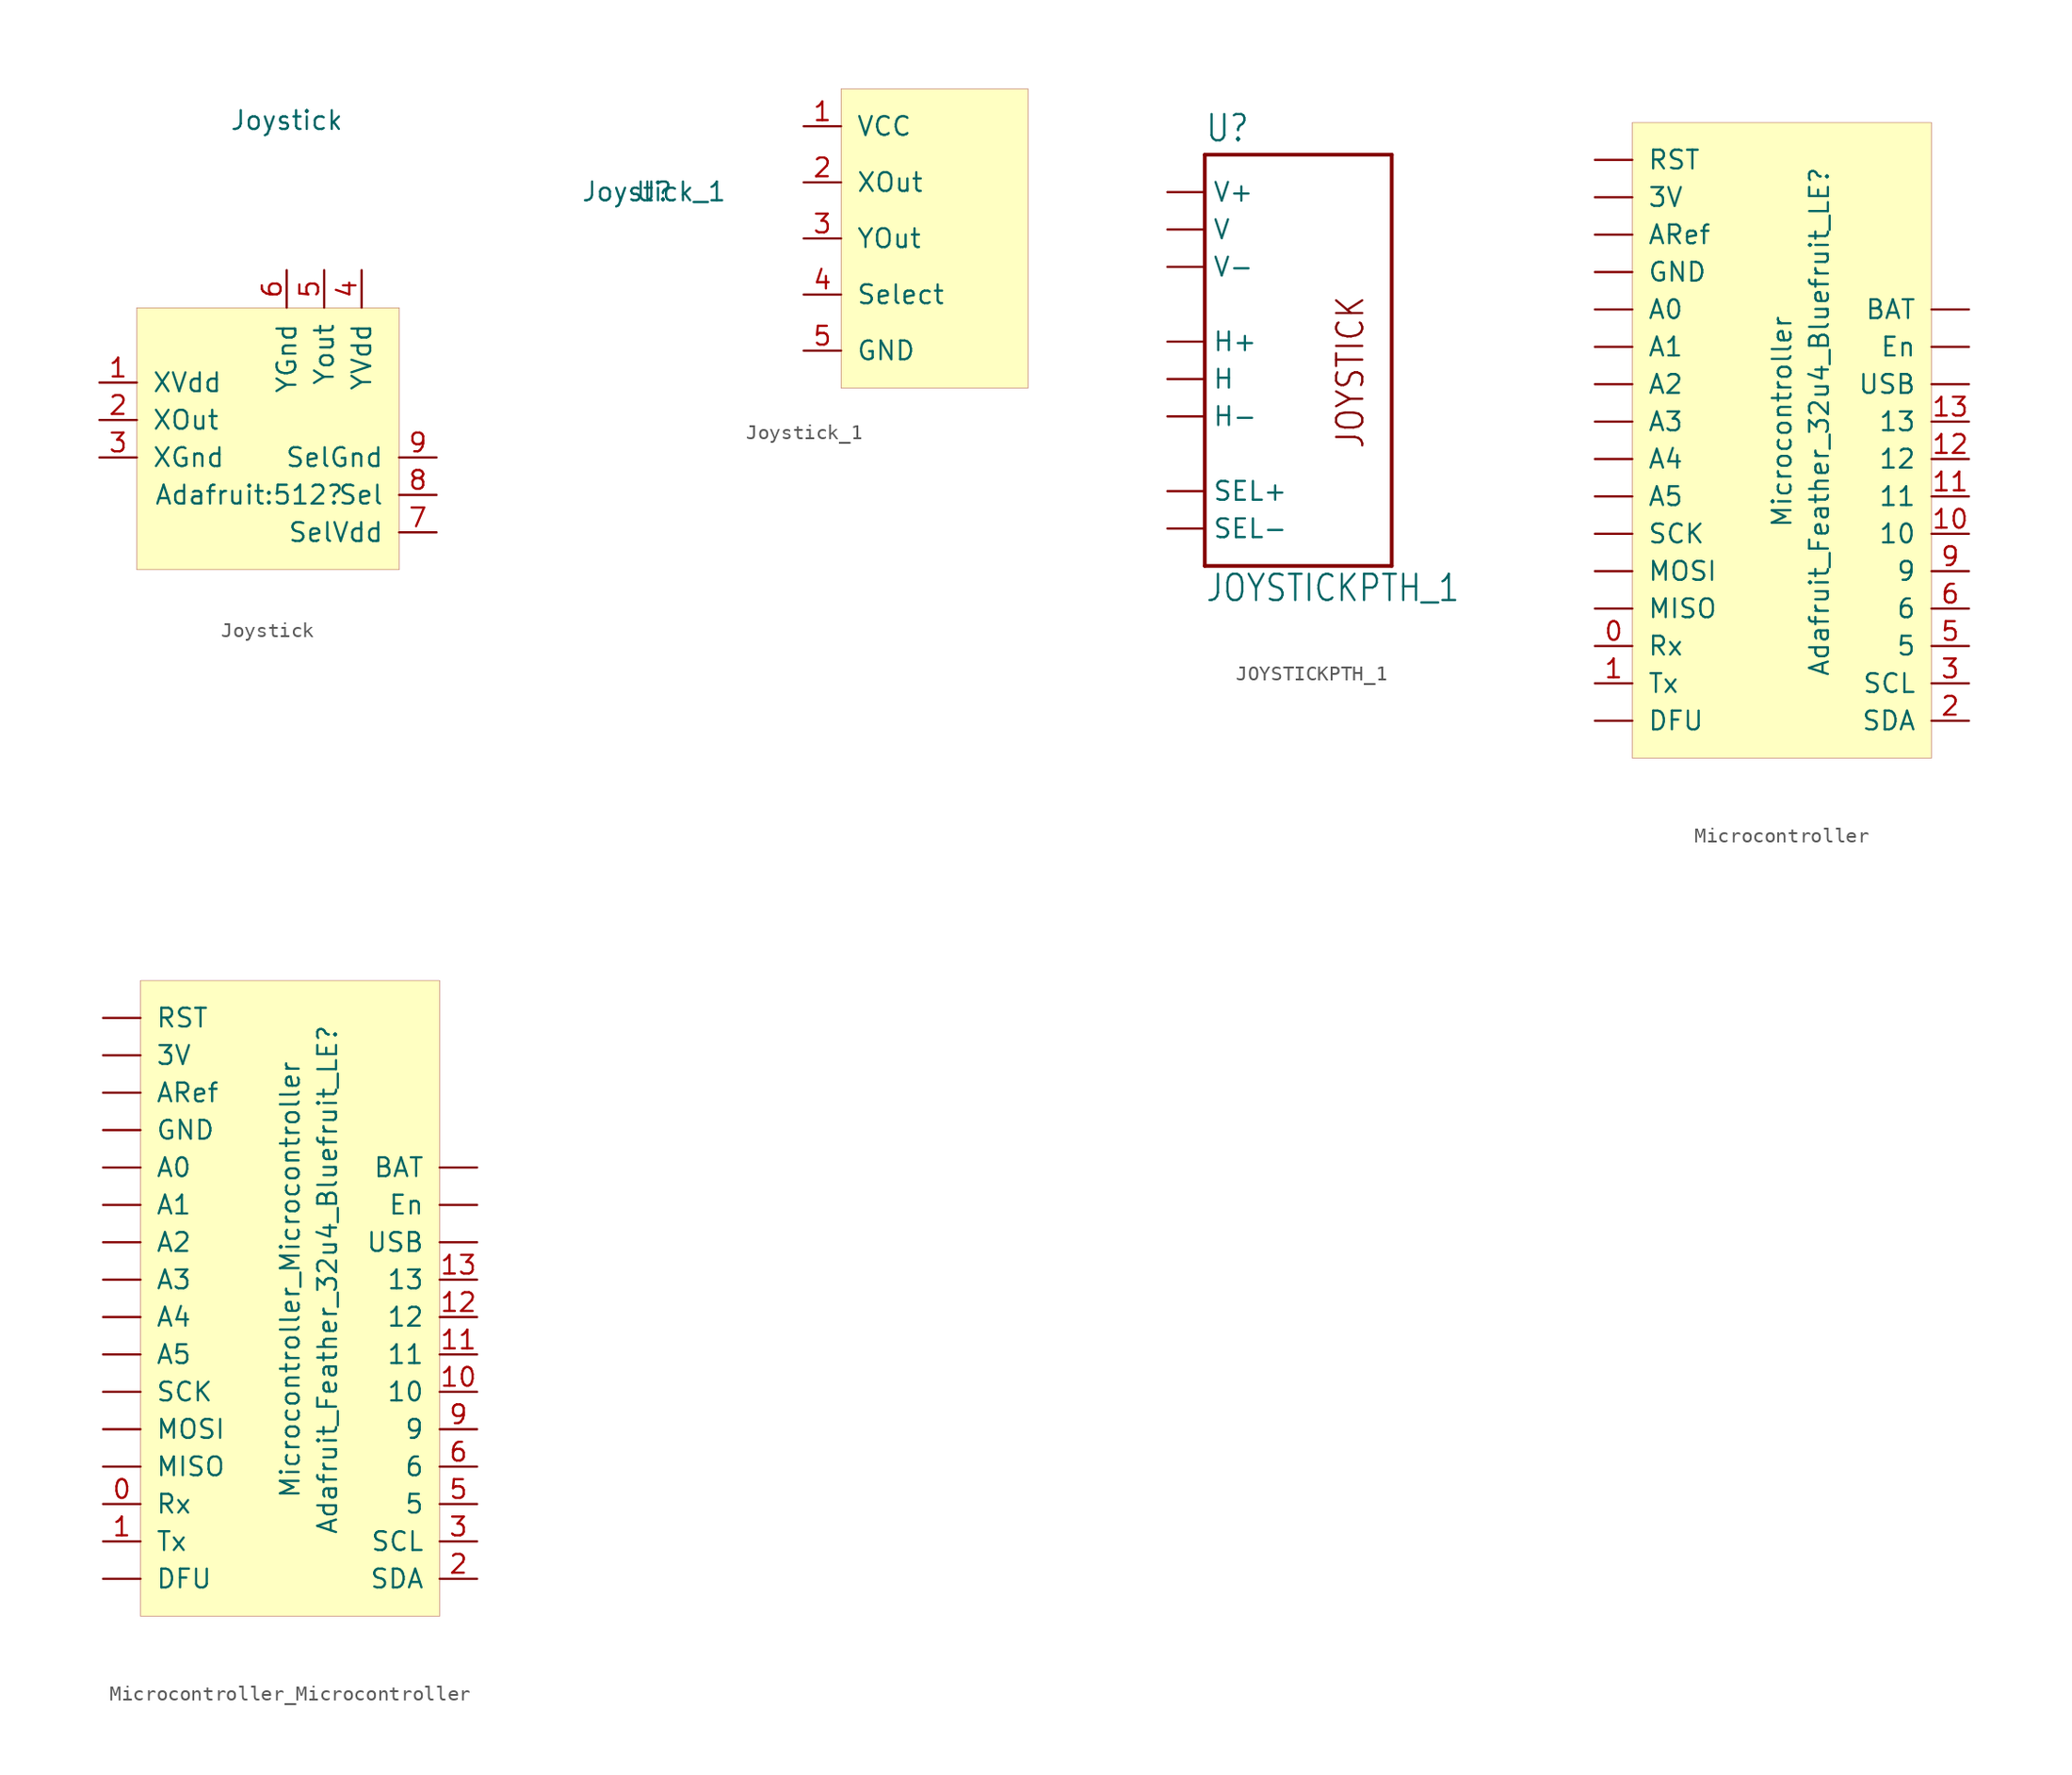
<source format=kicad_sym>
(kicad_symbol_lib
  (version 20200908)
  (generator kicad_symbol_editor)
  (symbol "Game_Controllers:Joystick"
    (pin_names
      (offset 1.016))
    (property "Reference" "Adafruit:512"
      (at -2.54 -2.54 0)
      (effects (font (size 1.27 1.27))))
    (property "Value" "Joystick"
      (at 0 22.86 0)
      (effects (font (size 1.27 1.27))))
    (symbol "Joystick_0_1"
      (rectangle (start -10.16 10.16) (end 7.62 -7.62) (stroke (width 0.001)) (fill (type background))))
    (symbol "Joystick_1_1"
      (pin bidirectional line (at -12.7 5.08 0) (length 2.54) (name "XVdd" (effects (font (size 1.27 1.27)))) (number "1" (effects (font (size 1.27 1.27)))))
      (pin bidirectional line (at -12.7 2.54 0) (length 2.54) (name "XOut" (effects (font (size 1.27 1.27)))) (number "2" (effects (font (size 1.27 1.27)))))
      (pin bidirectional line (at -12.7 0 0) (length 2.54) (name "XGnd" (effects (font (size 1.27 1.27)))) (number "3" (effects (font (size 1.27 1.27)))))
      (pin bidirectional line (at 5.08 12.7 270) (length 2.54) (name "YVdd" (effects (font (size 1.27 1.27)))) (number "4" (effects (font (size 1.27 1.27)))))
      (pin bidirectional line (at 2.54 12.7 270) (length 2.54) (name "Yout" (effects (font (size 1.27 1.27)))) (number "5" (effects (font (size 1.27 1.27)))))
      (pin bidirectional line (at 0 12.7 270) (length 2.54) (name "YGnd" (effects (font (size 1.27 1.27)))) (number "6" (effects (font (size 1.27 1.27)))))
      (pin bidirectional line (at 10.16 -5.08 180) (length 2.54) (name "SelVdd" (effects (font (size 1.27 1.27)))) (number "7" (effects (font (size 1.27 1.27)))))
      (pin bidirectional line (at 10.16 -2.54 180) (length 2.54) (name "Sel" (effects (font (size 1.27 1.27)))) (number "8" (effects (font (size 1.27 1.27)))))
      (pin bidirectional line (at 10.16 0 180) (length 2.54) (name "SelGnd" (effects (font (size 1.27 1.27)))) (number "9" (effects (font (size 1.27 1.27)))))))
  (symbol "Game_Controllers:Joystick_1"
    (pin_names
      (offset 1.016))
    (property "Reference" "U"
      (at 0 0 0)
      (effects (font (size 1.27 1.27))))
    (property "Value" "Joystick_1"
      (at 0 0 0)
      (effects (font (size 1.27 1.27))))
    (symbol "Joystick_1_0_1"
      (rectangle (start 12.7 6.985) (end 25.4 -13.335) (stroke (width 0.001)) (fill (type background))))
    (symbol "Joystick_1_1_1"
      (pin power_in line (at 10.16 4.445 0) (length 2.54) (name "VCC" (effects (font (size 1.27 1.27)))) (number "1" (effects (font (size 1.27 1.27)))))
      (pin bidirectional line (at 10.16 0.635 0) (length 2.54) (name "XOut" (effects (font (size 1.27 1.27)))) (number "2" (effects (font (size 1.27 1.27)))))
      (pin bidirectional line (at 10.16 -3.175 0) (length 2.54) (name "YOut" (effects (font (size 1.27 1.27)))) (number "3" (effects (font (size 1.27 1.27)))))
      (pin bidirectional line (at 10.16 -6.985 0) (length 2.54) (name "Select" (effects (font (size 1.27 1.27)))) (number "4" (effects (font (size 1.27 1.27)))))
      (pin bidirectional line (at 10.16 -10.795 0) (length 2.54) (name "GND" (effects (font (size 1.27 1.27)))) (number "5" (effects (font (size 1.27 1.27)))))))
  (symbol "Game_Controllers:JOYSTICKPTH_1"
    (property "Reference" "U"
      (at -7.62 13.462 0)
      (effects (font (size 1.778 1.511)) (justify left bottom)))
    (property "Value" "JOYSTICKPTH_1"
      (at -7.62 -17.78 0)
      (effects (font (size 1.778 1.511)) (justify left bottom)))
    (property "ki_locked" ""
      (at 0 0 0)
      (effects (font (size 1.27 1.27))))
    (symbol "JOYSTICKPTH_1_1_0"
      (text "JOYSTICK" (at 3.302 -7.366 900) (effects (font (size 1.778 1.511)) (justify left bottom)))
      (polyline (pts (xy -7.62 12.7) (xy 5.08 12.7)) (stroke (width 0.254)) (fill (type none)))
      (polyline (pts (xy 5.08 12.7) (xy 5.08 -15.24)) (stroke (width 0.254)) (fill (type none)))
      (polyline (pts (xy 5.08 -15.24) (xy -7.62 -15.24)) (stroke (width 0.254)) (fill (type none)))
      (polyline (pts (xy -7.62 -15.24) (xy -7.62 12.7)) (stroke (width 0.254)) (fill (type none)))
      (pin bidirectional line (at -10.16 -2.54 0) (length 2.54) (name "H" (effects (font (size 1.27 1.27)))) (number "H2" (effects (font (size 0 0)))))
      (pin bidirectional line (at -10.16 0 0) (length 2.54) (name "H+" (effects (font (size 1.27 1.27)))) (number "H1" (effects (font (size 0 0)))))
      (pin bidirectional line (at -10.16 -5.08 0) (length 2.54) (name "H-" (effects (font (size 1.27 1.27)))) (number "H3" (effects (font (size 0 0)))))
      (pin bidirectional line (at -10.16 -10.16 0) (length 2.54) (name "SEL+" (effects (font (size 1.27 1.27)))) (number "B1A" (effects (font (size 0 0)))))
      (pin bidirectional line (at -10.16 -12.7 0) (length 2.54) (name "SEL-" (effects (font (size 1.27 1.27)))) (number "B2A" (effects (font (size 0 0)))))
      (pin bidirectional line (at -10.16 7.62 0) (length 2.54) (name "V" (effects (font (size 1.27 1.27)))) (number "V2" (effects (font (size 0 0)))))
      (pin bidirectional line (at -10.16 10.16 0) (length 2.54) (name "V+" (effects (font (size 1.27 1.27)))) (number "V1" (effects (font (size 0 0)))))
      (pin bidirectional line (at -10.16 5.08 0) (length 2.54) (name "V-" (effects (font (size 1.27 1.27)))) (number "V3" (effects (font (size 0 0)))))))
  (symbol "Game_Controllers:Microcontroller"
    (pin_names
      (offset 1.016))
    (property "Reference" "Adafruit_Feather_32u4_Bluefruit_LE"
      (at -2.54 7.62 90)
      (effects (font (size 1.27 1.27))))
    (property "Value" "Microcontroller"
      (at -5.08 7.62 90)
      (effects (font (size 1.27 1.27))))
    (symbol "Microcontroller_0_1"
      (rectangle (start -15.24 27.94) (end 5.08 -15.24) (stroke (width 0.001)) (fill (type background))))
    (symbol "Microcontroller_1_1"
      (pin bidirectional line (at 7.62 15.24 180) (length 2.54) (name "BAT" (effects (font (size 1.27 1.27)))) (number "" (effects (font (size 1.27 1.27)))))
      (pin bidirectional line (at 7.62 12.7 180) (length 2.54) (name "En" (effects (font (size 1.27 1.27)))) (number "" (effects (font (size 1.27 1.27)))))
      (pin bidirectional line (at 7.62 10.16 180) (length 2.54) (name "USB" (effects (font (size 1.27 1.27)))) (number "" (effects (font (size 1.27 1.27)))))
      (pin bidirectional line (at 7.62 7.62 180) (length 2.54) (name "13" (effects (font (size 1.27 1.27)))) (number "13" (effects (font (size 1.27 1.27)))))
      (pin bidirectional line (at 7.62 5.08 180) (length 2.54) (name "12" (effects (font (size 1.27 1.27)))) (number "12" (effects (font (size 1.27 1.27)))))
      (pin bidirectional line (at 7.62 2.54 180) (length 2.54) (name "11" (effects (font (size 1.27 1.27)))) (number "11" (effects (font (size 1.27 1.27)))))
      (pin bidirectional line (at 7.62 0 180) (length 2.54) (name "10" (effects (font (size 1.27 1.27)))) (number "10" (effects (font (size 1.27 1.27)))))
      (pin bidirectional line (at 7.62 -2.54 180) (length 2.54) (name "9" (effects (font (size 1.27 1.27)))) (number "9" (effects (font (size 1.27 1.27)))))
      (pin bidirectional line (at 7.62 -5.08 180) (length 2.54) (name "6" (effects (font (size 1.27 1.27)))) (number "6" (effects (font (size 1.27 1.27)))))
      (pin bidirectional line (at 7.62 -7.62 180) (length 2.54) (name "5" (effects (font (size 1.27 1.27)))) (number "5" (effects (font (size 1.27 1.27)))))
      (pin bidirectional line (at 7.62 -10.16 180) (length 2.54) (name "SCL" (effects (font (size 1.27 1.27)))) (number "3" (effects (font (size 1.27 1.27)))))
      (pin bidirectional line (at 7.62 -12.7 180) (length 2.54) (name "SDA" (effects (font (size 1.27 1.27)))) (number "2" (effects (font (size 1.27 1.27)))))
      (pin bidirectional line (at -17.78 -12.7 0) (length 2.54) (name "DFU" (effects (font (size 1.27 1.27)))) (number "" (effects (font (size 1.27 1.27)))))
      (pin bidirectional line (at -17.78 -10.16 0) (length 2.54) (name "Tx" (effects (font (size 1.27 1.27)))) (number "1" (effects (font (size 1.27 1.27)))))
      (pin bidirectional line (at -17.78 -7.62 0) (length 2.54) (name "Rx" (effects (font (size 1.27 1.27)))) (number "0" (effects (font (size 1.27 1.27)))))
      (pin bidirectional line (at -17.78 -5.08 0) (length 2.54) (name "MISO" (effects (font (size 1.27 1.27)))) (number "" (effects (font (size 1.27 1.27)))))
      (pin bidirectional line (at -17.78 -2.54 0) (length 2.54) (name "MOSI" (effects (font (size 1.27 1.27)))) (number "" (effects (font (size 1.27 1.27)))))
      (pin bidirectional line (at -17.78 0 0) (length 2.54) (name "SCK" (effects (font (size 1.27 1.27)))) (number "" (effects (font (size 1.27 1.27)))))
      (pin bidirectional line (at -17.78 2.54 0) (length 2.54) (name "A5" (effects (font (size 1.27 1.27)))) (number "" (effects (font (size 1.27 1.27)))))
      (pin bidirectional line (at -17.78 5.08 0) (length 2.54) (name "A4" (effects (font (size 1.27 1.27)))) (number "" (effects (font (size 1.27 1.27)))))
      (pin bidirectional line (at -17.78 7.62 0) (length 2.54) (name "A3" (effects (font (size 1.27 1.27)))) (number "" (effects (font (size 1.27 1.27)))))
      (pin bidirectional line (at -17.78 10.16 0) (length 2.54) (name "A2" (effects (font (size 1.27 1.27)))) (number "" (effects (font (size 1.27 1.27)))))
      (pin bidirectional line (at -17.78 12.7 0) (length 2.54) (name "A1" (effects (font (size 1.27 1.27)))) (number "" (effects (font (size 1.27 1.27)))))
      (pin bidirectional line (at -17.78 15.24 0) (length 2.54) (name "A0" (effects (font (size 1.27 1.27)))) (number "" (effects (font (size 1.27 1.27)))))
      (pin bidirectional line (at -17.78 17.78 0) (length 2.54) (name "GND" (effects (font (size 1.27 1.27)))) (number "" (effects (font (size 1.27 1.27)))))
      (pin bidirectional line (at -17.78 20.32 0) (length 2.54) (name "ARef" (effects (font (size 1.27 1.27)))) (number "" (effects (font (size 1.27 1.27)))))
      (pin bidirectional line (at -17.78 22.86 0) (length 2.54) (name "3V" (effects (font (size 1.27 1.27)))) (number "" (effects (font (size 1.27 1.27)))))
      (pin bidirectional line (at -17.78 25.4 0) (length 2.54) (name "RST" (effects (font (size 1.27 1.27)))) (number "" (effects (font (size 1.27 1.27)))))))
  (symbol "Game_Controllers:Microcontroller_Microcontroller"
    (pin_names
      (offset 1.016))
    (property "Reference" "Adafruit_Feather_32u4_Bluefruit_LE"
      (at -2.54 7.62 90)
      (effects (font (size 1.27 1.27))))
    (property "Value" "Microcontroller_Microcontroller"
      (at -5.08 7.62 90)
      (effects (font (size 1.27 1.27))))
    (symbol "Microcontroller_Microcontroller_0_1"
      (rectangle (start -15.24 27.94) (end 5.08 -15.24) (stroke (width 0.001)) (fill (type background))))
    (symbol "Microcontroller_Microcontroller_1_1"
      (pin bidirectional line (at 7.62 15.24 180) (length 2.54) (name "BAT" (effects (font (size 1.27 1.27)))) (number "" (effects (font (size 1.27 1.27)))))
      (pin bidirectional line (at 7.62 12.7 180) (length 2.54) (name "En" (effects (font (size 1.27 1.27)))) (number "" (effects (font (size 1.27 1.27)))))
      (pin bidirectional line (at 7.62 10.16 180) (length 2.54) (name "USB" (effects (font (size 1.27 1.27)))) (number "" (effects (font (size 1.27 1.27)))))
      (pin bidirectional line (at 7.62 7.62 180) (length 2.54) (name "13" (effects (font (size 1.27 1.27)))) (number "13" (effects (font (size 1.27 1.27)))))
      (pin bidirectional line (at 7.62 5.08 180) (length 2.54) (name "12" (effects (font (size 1.27 1.27)))) (number "12" (effects (font (size 1.27 1.27)))))
      (pin bidirectional line (at 7.62 2.54 180) (length 2.54) (name "11" (effects (font (size 1.27 1.27)))) (number "11" (effects (font (size 1.27 1.27)))))
      (pin bidirectional line (at 7.62 0 180) (length 2.54) (name "10" (effects (font (size 1.27 1.27)))) (number "10" (effects (font (size 1.27 1.27)))))
      (pin bidirectional line (at 7.62 -2.54 180) (length 2.54) (name "9" (effects (font (size 1.27 1.27)))) (number "9" (effects (font (size 1.27 1.27)))))
      (pin bidirectional line (at 7.62 -5.08 180) (length 2.54) (name "6" (effects (font (size 1.27 1.27)))) (number "6" (effects (font (size 1.27 1.27)))))
      (pin bidirectional line (at 7.62 -7.62 180) (length 2.54) (name "5" (effects (font (size 1.27 1.27)))) (number "5" (effects (font (size 1.27 1.27)))))
      (pin bidirectional line (at 7.62 -10.16 180) (length 2.54) (name "SCL" (effects (font (size 1.27 1.27)))) (number "3" (effects (font (size 1.27 1.27)))))
      (pin bidirectional line (at 7.62 -12.7 180) (length 2.54) (name "SDA" (effects (font (size 1.27 1.27)))) (number "2" (effects (font (size 1.27 1.27)))))
      (pin bidirectional line (at -17.78 -12.7 0) (length 2.54) (name "DFU" (effects (font (size 1.27 1.27)))) (number "" (effects (font (size 1.27 1.27)))))
      (pin bidirectional line (at -17.78 -10.16 0) (length 2.54) (name "Tx" (effects (font (size 1.27 1.27)))) (number "1" (effects (font (size 1.27 1.27)))))
      (pin bidirectional line (at -17.78 -7.62 0) (length 2.54) (name "Rx" (effects (font (size 1.27 1.27)))) (number "0" (effects (font (size 1.27 1.27)))))
      (pin bidirectional line (at -17.78 -5.08 0) (length 2.54) (name "MISO" (effects (font (size 1.27 1.27)))) (number "" (effects (font (size 1.27 1.27)))))
      (pin bidirectional line (at -17.78 -2.54 0) (length 2.54) (name "MOSI" (effects (font (size 1.27 1.27)))) (number "" (effects (font (size 1.27 1.27)))))
      (pin bidirectional line (at -17.78 0 0) (length 2.54) (name "SCK" (effects (font (size 1.27 1.27)))) (number "" (effects (font (size 1.27 1.27)))))
      (pin bidirectional line (at -17.78 2.54 0) (length 2.54) (name "A5" (effects (font (size 1.27 1.27)))) (number "" (effects (font (size 1.27 1.27)))))
      (pin bidirectional line (at -17.78 5.08 0) (length 2.54) (name "A4" (effects (font (size 1.27 1.27)))) (number "" (effects (font (size 1.27 1.27)))))
      (pin bidirectional line (at -17.78 7.62 0) (length 2.54) (name "A3" (effects (font (size 1.27 1.27)))) (number "" (effects (font (size 1.27 1.27)))))
      (pin bidirectional line (at -17.78 10.16 0) (length 2.54) (name "A2" (effects (font (size 1.27 1.27)))) (number "" (effects (font (size 1.27 1.27)))))
      (pin bidirectional line (at -17.78 12.7 0) (length 2.54) (name "A1" (effects (font (size 1.27 1.27)))) (number "" (effects (font (size 1.27 1.27)))))
      (pin bidirectional line (at -17.78 15.24 0) (length 2.54) (name "A0" (effects (font (size 1.27 1.27)))) (number "" (effects (font (size 1.27 1.27)))))
      (pin bidirectional line (at -17.78 17.78 0) (length 2.54) (name "GND" (effects (font (size 1.27 1.27)))) (number "" (effects (font (size 1.27 1.27)))))
      (pin bidirectional line (at -17.78 20.32 0) (length 2.54) (name "ARef" (effects (font (size 1.27 1.27)))) (number "" (effects (font (size 1.27 1.27)))))
      (pin bidirectional line (at -17.78 22.86 0) (length 2.54) (name "3V" (effects (font (size 1.27 1.27)))) (number "" (effects (font (size 1.27 1.27)))))
      (pin bidirectional line (at -17.78 25.4 0) (length 2.54) (name "RST" (effects (font (size 1.27 1.27)))) (number "" (effects (font (size 1.27 1.27))))))))
</source>
